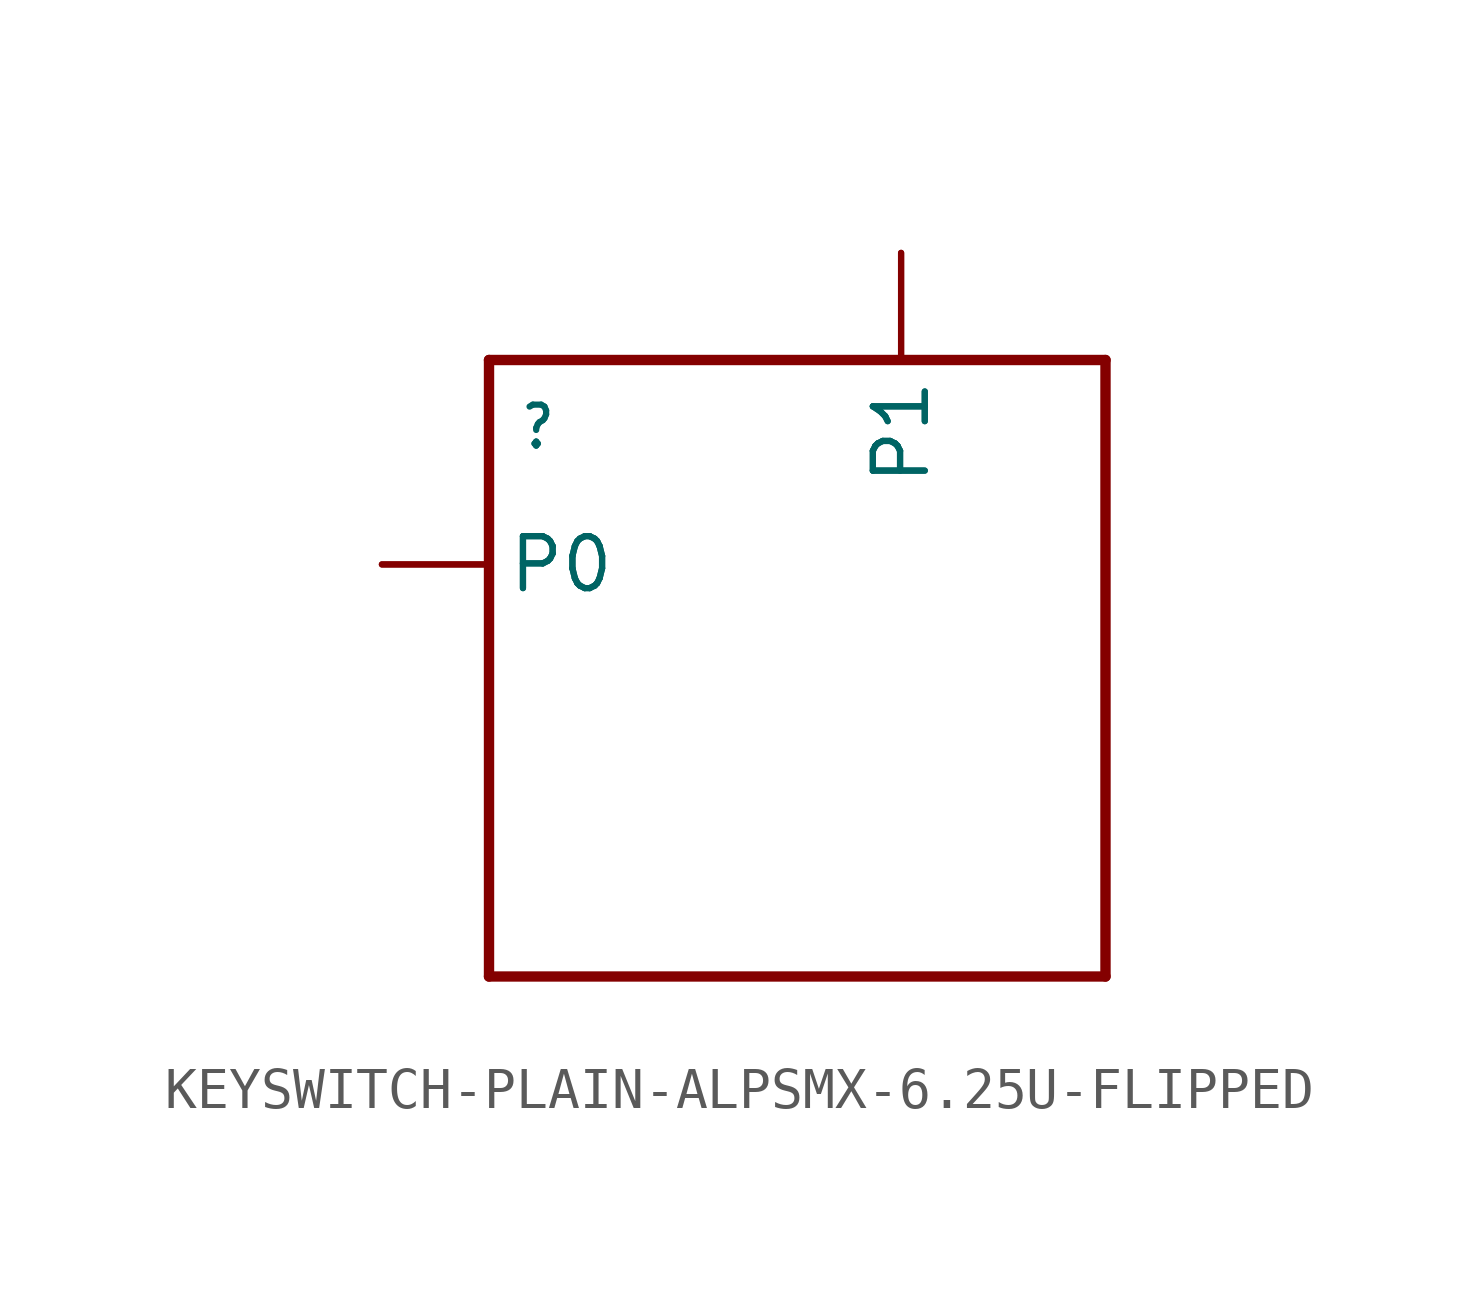
<source format=kicad_sym>
(kicad_symbol_lib
  (version 20211014)
  (generator kicad_symbol_editor)
  (symbol "KEYSWITCH-PLAIN-ALPSMX-6.25U-FLIPPED"
    (property "Reference" ""
      (at -6.81 5.318 0)
      (effects (font (size 1 0.85)) (justify left bottom)))
    (property "ki_locked" ""
      (at 0 0 0)
      (effects (font (size 1.27 1.27))))
    (symbol "KEYSWITCH-PLAIN-ALPSMX-6.25U-FLIPPED_1_0"
      (polyline (pts (xy -7.54 -7.54) (xy -7.54 7.54)) (stroke (width 0.254) (type default) (color 0 0 0 0)) (fill (type none)))
      (polyline (pts (xy -7.54 7.54) (xy 7.54 7.54)) (stroke (width 0.254) (type default) (color 0 0 0 0)) (fill (type none)))
      (polyline (pts (xy 7.54 -7.54) (xy -7.54 -7.54)) (stroke (width 0.254) (type default) (color 0 0 0 0)) (fill (type none)))
      (polyline (pts (xy 7.54 7.54) (xy 7.54 -7.54)) (stroke (width 0.254) (type default) (color 0 0 0 0)) (fill (type none)))
      (pin bidirectional line (at -10.16 2.54 0) (length 2.54) (name "P0" (effects (font (size 1.27 1.27)))) (number "ALPS1" (effects (font (size 0 0)))))
      (pin bidirectional line (at 2.54 10.16 270) (length 2.54) (name "P1" (effects (font (size 1.27 1.27)))) (number "ALPS2" (effects (font (size 0 0)))))
      (pin bidirectional line (at -10.16 2.54 0) (length 2.54) (name "P0" (effects (font (size 1.27 1.27)))) (number "MX1" (effects (font (size 0 0)))))
      (pin bidirectional line (at 2.54 10.16 270) (length 2.54) (name "P1" (effects (font (size 1.27 1.27)))) (number "MX2" (effects (font (size 0 0))))))))
</source>
